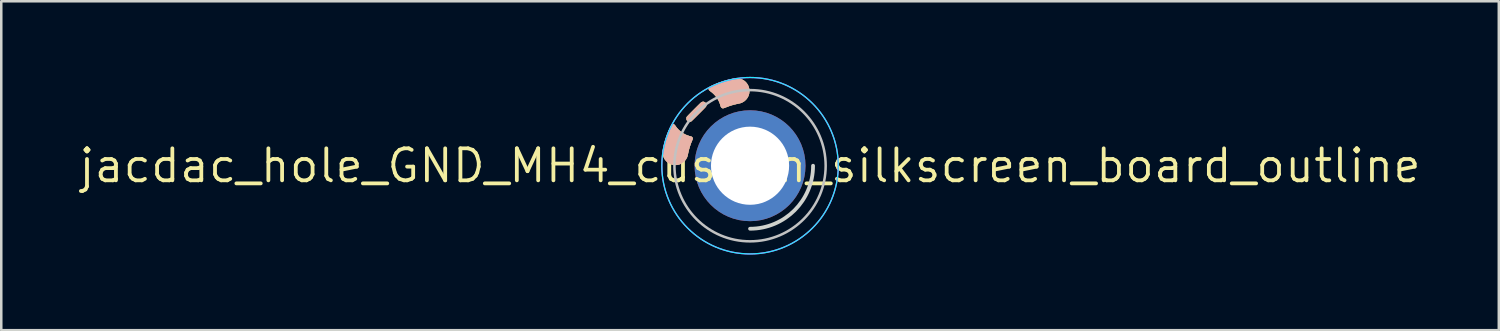
<source format=kicad_pcb>
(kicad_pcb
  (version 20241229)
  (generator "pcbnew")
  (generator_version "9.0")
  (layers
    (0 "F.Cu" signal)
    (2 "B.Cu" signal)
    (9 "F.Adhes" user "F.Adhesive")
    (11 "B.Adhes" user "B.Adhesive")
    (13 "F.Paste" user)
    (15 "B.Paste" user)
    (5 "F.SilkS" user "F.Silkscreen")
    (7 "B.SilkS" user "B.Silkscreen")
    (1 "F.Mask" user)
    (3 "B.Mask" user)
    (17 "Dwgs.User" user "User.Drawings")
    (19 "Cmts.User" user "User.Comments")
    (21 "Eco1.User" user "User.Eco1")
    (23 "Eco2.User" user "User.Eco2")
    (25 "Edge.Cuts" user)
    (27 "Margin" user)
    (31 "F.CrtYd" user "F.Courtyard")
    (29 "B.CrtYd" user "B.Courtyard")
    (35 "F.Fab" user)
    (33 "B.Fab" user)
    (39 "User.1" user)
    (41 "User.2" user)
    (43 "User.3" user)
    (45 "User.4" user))
  (footprint "jacdac_hole_GND_MH4_custom_silkscreen_board_outline"
    (layer "F.Cu")
    (at 26.708 3.525)
    (property "Reference" "jacdac_hole_GND_MH4_custom_silkscreen_board_outline" (at 0 0 0) (layer "F.SilkS") (effects (font (size 1.27 1.27) (thickness 0.15))))
    (attr through_hole exclude_from_bom)
    (fp_circle (center 0 0) (end 2.5 0) (stroke (width 0) (type solid)) (fill yes) (layer "F.Mask"))
    (fp_circle (center 0 0) (end 2.5 0) (stroke (width 0) (type solid)) (fill yes) (layer "B.Mask"))
    (fp_poly (pts (xy -1.1 -2.287) (xy -1.116 -2.294) (xy -1.129 -2.304) (xy -1.139 -2.313) (xy -1.146 -2.323) (xy -1.153 -2.335) (xy -1.159 -2.35) (xy -1.166 -2.37) (xy -1.174 -2.397) (xy -1.175 -2.398) (xy -1.192 -2.455) (xy -1.211 -2.506) (xy -1.233 -2.556) (xy -1.249 -2.589) (xy -1.292 -2.664) (xy -1.341 -2.736) (xy -1.397 -2.803) (xy -1.458 -2.865) (xy -1.524 -2.922) (xy -1.562 -2.95) (xy -1.59 -2.971) (xy -1.612 -2.992) (xy -1.627 -3.011) (xy -1.637 -3.031) (xy -1.641 -3.05) (xy -1.641 -3.056) (xy -1.639 -3.074) (xy -1.633 -3.091) (xy -1.621 -3.107) (xy -1.604 -3.122) (xy -1.58 -3.137) (xy -1.55 -3.154) (xy -1.549 -3.154) (xy -1.428 -3.211) (xy -1.3 -3.265) (xy -1.167 -3.314) (xy -1.031 -3.358) (xy -0.891 -3.398) (xy -0.749 -3.432) (xy -0.69 -3.444) (xy -0.631 -3.455) (xy -0.577 -3.462) (xy -0.53 -3.465) (xy -0.488 -3.465) (xy -0.454 -3.461) (xy -0.391 -3.446) (xy -0.331 -3.425) (xy -0.275 -3.397) (xy -0.224 -3.362) (xy -0.177 -3.322) (xy -0.136 -3.275) (xy -0.099 -3.223) (xy -0.094 -3.215) (xy -0.068 -3.162) (xy -0.048 -3.106) (xy -0.035 -3.047) (xy -0.029 -2.987) (xy -0.03 -2.927) (xy -0.038 -2.867) (xy -0.052 -2.809) (xy -0.054 -2.805) (xy -0.077 -2.749) (xy -0.106 -2.696) (xy -0.142 -2.647) (xy -0.184 -2.603) (xy -0.23 -2.563) (xy -0.281 -2.529) (xy -0.335 -2.502) (xy -0.357 -2.494) (xy -0.372 -2.489) (xy -0.392 -2.484) (xy -0.416 -2.477) (xy -0.443 -2.471) (xy -0.469 -2.466) (xy -0.47 -2.466) (xy -0.569 -2.444) (xy -0.663 -2.42) (xy -0.753 -2.394) (xy -0.84 -2.365) (xy -0.927 -2.332) (xy -0.975 -2.313) (xy -1.009 -2.299) (xy -1.038 -2.29) (xy -1.062 -2.285) (xy -1.083 -2.284) (xy -1.1 -2.287)) (stroke (width 0.01) (type solid)) (fill yes) (layer "F.SilkS"))
    (fp_poly (pts (xy -3.051 -0.037) (xy -3.109 -0.051) (xy -3.164 -0.071) (xy -3.216 -0.098) (xy -3.265 -0.13) (xy -3.309 -0.168) (xy -3.35 -0.212) (xy -3.385 -0.26) (xy -3.414 -0.313) (xy -3.438 -0.371) (xy -3.455 -0.432) (xy -3.456 -0.434) (xy -3.459 -0.452) (xy -3.461 -0.471) (xy -3.462 -0.494) (xy -3.462 -0.522) (xy -3.462 -0.533) (xy -3.462 -0.555) (xy -3.461 -0.576) (xy -3.459 -0.597) (xy -3.457 -0.62) (xy -3.453 -0.645) (xy -3.448 -0.673) (xy -3.441 -0.705) (xy -3.433 -0.743) (xy -3.423 -0.787) (xy -3.419 -0.805) (xy -3.39 -0.919) (xy -3.356 -1.035) (xy -3.318 -1.152) (xy -3.276 -1.268) (xy -3.23 -1.381) (xy -3.182 -1.49) (xy -3.147 -1.561) (xy -3.133 -1.589) (xy -3.12 -1.61) (xy -3.108 -1.625) (xy -3.096 -1.636) (xy -3.084 -1.644) (xy -3.082 -1.645) (xy -3.064 -1.651) (xy -3.047 -1.651) (xy -3.033 -1.647) (xy -3.013 -1.636) (xy -2.993 -1.618) (xy -2.972 -1.593) (xy -2.969 -1.588) (xy -2.915 -1.514) (xy -2.856 -1.447) (xy -2.792 -1.386) (xy -2.723 -1.33) (xy -2.65 -1.282) (xy -2.574 -1.24) (xy -2.517 -1.214) (xy -2.486 -1.202) (xy -2.454 -1.191) (xy -2.421 -1.18) (xy -2.383 -1.169) (xy -2.35 -1.16) (xy -2.332 -1.155) (xy -2.319 -1.149) (xy -2.308 -1.142) (xy -2.3 -1.135) (xy -2.286 -1.119) (xy -2.278 -1.103) (xy -2.276 -1.085) (xy -2.278 -1.063) (xy -2.286 -1.038) (xy -2.295 -1.016) (xy -2.344 -0.895) (xy -2.388 -0.771) (xy -2.425 -0.642) (xy -2.456 -0.508) (xy -2.463 -0.478) (xy -2.47 -0.443) (xy -2.476 -0.415) (xy -2.482 -0.391) (xy -2.488 -0.371) (xy -2.495 -0.352) (xy -2.502 -0.333) (xy -2.509 -0.32) (xy -2.537 -0.267) (xy -2.573 -0.218) (xy -2.613 -0.173) (xy -2.659 -0.133) (xy -2.709 -0.1) (xy -2.763 -0.072) (xy -2.819 -0.051) (xy -2.866 -0.039) (xy -2.929 -0.031) (xy -2.991 -0.031) (xy -3.051 -0.037)) (stroke (width 0.01) (type solid)) (fill yes) (layer "F.SilkS"))
    (fp_poly (pts (xy -2.416 -1.747) (xy -2.445 -1.755) (xy -2.472 -1.769) (xy -2.494 -1.789) (xy -2.51 -1.812) (xy -2.516 -1.823) (xy -2.52 -1.832) (xy -2.521 -1.843) (xy -2.522 -1.857) (xy -2.522 -1.871) (xy -2.522 -1.89) (xy -2.521 -1.904) (xy -2.518 -1.916) (xy -2.513 -1.927) (xy -2.513 -1.928) (xy -2.51 -1.933) (xy -2.505 -1.939) (xy -2.498 -1.948) (xy -2.488 -1.959) (xy -2.475 -1.972) (xy -2.459 -1.989) (xy -2.44 -2.01) (xy -2.416 -2.034) (xy -2.389 -2.062) (xy -2.357 -2.094) (xy -2.32 -2.131) (xy -2.278 -2.173) (xy -2.231 -2.22) (xy -2.221 -2.231) (xy -2.174 -2.278) (xy -2.133 -2.319) (xy -2.096 -2.356) (xy -2.064 -2.387) (xy -2.036 -2.415) (xy -2.012 -2.439) (xy -1.992 -2.458) (xy -1.975 -2.475) (xy -1.96 -2.488) (xy -1.949 -2.499) (xy -1.939 -2.507) (xy -1.932 -2.514) (xy -1.925 -2.518) (xy -1.92 -2.522) (xy -1.917 -2.523) (xy -1.891 -2.532) (xy -1.864 -2.536) (xy -1.838 -2.534) (xy -1.829 -2.532) (xy -1.799 -2.52) (xy -1.774 -2.502) (xy -1.755 -2.479) (xy -1.742 -2.453) (xy -1.735 -2.422) (xy -1.735 -2.401) (xy -1.736 -2.393) (xy -1.736 -2.387) (xy -1.737 -2.38) (xy -1.739 -2.373) (xy -1.742 -2.366) (xy -1.746 -2.358) (xy -1.752 -2.349) (xy -1.76 -2.339) (xy -1.77 -2.327) (xy -1.783 -2.312) (xy -1.799 -2.295) (xy -1.818 -2.275) (xy -1.841 -2.251) (xy -1.867 -2.225) (xy -1.898 -2.194) (xy -1.933 -2.158) (xy -1.973 -2.118) (xy -2.018 -2.073) (xy -2.045 -2.047) (xy -2.091 -2) (xy -2.133 -1.959) (xy -2.169 -1.923) (xy -2.201 -1.891) (xy -2.228 -1.864) (xy -2.252 -1.841) (xy -2.272 -1.821) (xy -2.289 -1.805) (xy -2.303 -1.791) (xy -2.315 -1.781) (xy -2.324 -1.772) (xy -2.332 -1.766) (xy -2.338 -1.761) (xy -2.343 -1.758) (xy -2.347 -1.756) (xy -2.351 -1.754) (xy -2.354 -1.753) (xy -2.385 -1.747) (xy -2.416 -1.747)) (stroke (width 0.01) (type solid)) (fill yes) (layer "F.SilkS"))
    (fp_poly (pts (xy -1.1 -2.285) (xy -1.116 -2.292) (xy -1.129 -2.302) (xy -1.138 -2.311) (xy -1.146 -2.321) (xy -1.153 -2.333) (xy -1.159 -2.348) (xy -1.166 -2.369) (xy -1.174 -2.395) (xy -1.174 -2.396) (xy -1.192 -2.453) (xy -1.211 -2.505) (xy -1.232 -2.554) (xy -1.249 -2.587) (xy -1.291 -2.662) (xy -1.341 -2.734) (xy -1.397 -2.801) (xy -1.458 -2.864) (xy -1.524 -2.92) (xy -1.561 -2.948) (xy -1.59 -2.97) (xy -1.612 -2.99) (xy -1.627 -3.01) (xy -1.636 -3.029) (xy -1.64 -3.049) (xy -1.64 -3.054) (xy -1.638 -3.073) (xy -1.632 -3.089) (xy -1.621 -3.105) (xy -1.603 -3.12) (xy -1.58 -3.136) (xy -1.549 -3.152) (xy -1.549 -3.152) (xy -1.427 -3.21) (xy -1.3 -3.263) (xy -1.167 -3.312) (xy -1.03 -3.357) (xy -0.89 -3.396) (xy -0.748 -3.43) (xy -0.69 -3.443) (xy -0.63 -3.454) (xy -0.577 -3.461) (xy -0.53 -3.464) (xy -0.488 -3.463) (xy -0.454 -3.459) (xy -0.391 -3.445) (xy -0.331 -3.423) (xy -0.275 -3.395) (xy -0.224 -3.361) (xy -0.177 -3.32) (xy -0.135 -3.274) (xy -0.099 -3.221) (xy -0.094 -3.213) (xy -0.068 -3.16) (xy -0.048 -3.104) (xy -0.035 -3.045) (xy -0.029 -2.985) (xy -0.03 -2.925) (xy -0.037 -2.865) (xy -0.052 -2.808) (xy -0.053 -2.804) (xy -0.076 -2.748) (xy -0.106 -2.695) (xy -0.142 -2.646) (xy -0.184 -2.601) (xy -0.23 -2.561) (xy -0.281 -2.528) (xy -0.335 -2.501) (xy -0.357 -2.492) (xy -0.371 -2.487) (xy -0.391 -2.482) (xy -0.416 -2.476) (xy -0.442 -2.47) (xy -0.469 -2.464) (xy -0.469 -2.464) (xy -0.569 -2.442) (xy -0.663 -2.419) (xy -0.753 -2.393) (xy -0.84 -2.363) (xy -0.927 -2.331) (xy -0.975 -2.311) (xy -1.009 -2.297) (xy -1.038 -2.288) (xy -1.062 -2.283) (xy -1.082 -2.282) (xy -1.1 -2.285)) (stroke (width 0.01) (type solid)) (fill yes) (layer "B.SilkS"))
    (fp_poly (pts (xy -3.05 -0.036) (xy -3.108 -0.049) (xy -3.164 -0.07) (xy -3.216 -0.096) (xy -3.264 -0.129) (xy -3.309 -0.167) (xy -3.349 -0.21) (xy -3.384 -0.259) (xy -3.414 -0.312) (xy -3.438 -0.369) (xy -3.455 -0.431) (xy -3.455 -0.432) (xy -3.458 -0.45) (xy -3.46 -0.469) (xy -3.462 -0.492) (xy -3.462 -0.52) (xy -3.462 -0.532) (xy -3.462 -0.553) (xy -3.461 -0.574) (xy -3.459 -0.596) (xy -3.456 -0.618) (xy -3.452 -0.643) (xy -3.447 -0.671) (xy -3.441 -0.703) (xy -3.432 -0.741) (xy -3.423 -0.785) (xy -3.418 -0.804) (xy -3.39 -0.917) (xy -3.356 -1.033) (xy -3.318 -1.15) (xy -3.275 -1.266) (xy -3.23 -1.38) (xy -3.181 -1.488) (xy -3.147 -1.56) (xy -3.132 -1.587) (xy -3.12 -1.608) (xy -3.108 -1.624) (xy -3.096 -1.635) (xy -3.083 -1.643) (xy -3.081 -1.643) (xy -3.063 -1.649) (xy -3.047 -1.649) (xy -3.032 -1.645) (xy -3.013 -1.635) (xy -2.992 -1.616) (xy -2.972 -1.591) (xy -2.969 -1.586) (xy -2.915 -1.513) (xy -2.855 -1.445) (xy -2.791 -1.384) (xy -2.723 -1.329) (xy -2.65 -1.28) (xy -2.573 -1.238) (xy -2.517 -1.212) (xy -2.485 -1.2) (xy -2.454 -1.189) (xy -2.42 -1.178) (xy -2.383 -1.167) (xy -2.35 -1.158) (xy -2.331 -1.153) (xy -2.318 -1.148) (xy -2.308 -1.141) (xy -2.299 -1.133) (xy -2.286 -1.118) (xy -2.278 -1.101) (xy -2.275 -1.083) (xy -2.278 -1.062) (xy -2.285 -1.036) (xy -2.295 -1.014) (xy -2.344 -0.893) (xy -2.387 -0.769) (xy -2.425 -0.64) (xy -2.456 -0.507) (xy -2.462 -0.476) (xy -2.469 -0.442) (xy -2.476 -0.413) (xy -2.482 -0.39) (xy -2.488 -0.369) (xy -2.494 -0.35) (xy -2.502 -0.332) (xy -2.508 -0.318) (xy -2.537 -0.265) (xy -2.572 -0.216) (xy -2.613 -0.171) (xy -2.659 -0.132) (xy -2.709 -0.098) (xy -2.762 -0.07) (xy -2.819 -0.049) (xy -2.866 -0.038) (xy -2.929 -0.03) (xy -2.99 -0.029) (xy -3.05 -0.036)) (stroke (width 0.01) (type solid)) (fill yes) (layer "B.SilkS"))
    (fp_poly (pts (xy -2.416 -1.746) (xy -2.445 -1.753) (xy -2.471 -1.767) (xy -2.494 -1.787) (xy -2.51 -1.81) (xy -2.516 -1.821) (xy -2.519 -1.831) (xy -2.521 -1.841) (xy -2.522 -1.856) (xy -2.522 -1.869) (xy -2.521 -1.889) (xy -2.52 -1.903) (xy -2.517 -1.914) (xy -2.513 -1.925) (xy -2.512 -1.927) (xy -2.51 -1.931) (xy -2.505 -1.937) (xy -2.498 -1.946) (xy -2.488 -1.957) (xy -2.475 -1.971) (xy -2.459 -1.988) (xy -2.439 -2.008) (xy -2.416 -2.032) (xy -2.388 -2.06) (xy -2.356 -2.093) (xy -2.32 -2.13) (xy -2.278 -2.172) (xy -2.231 -2.219) (xy -2.221 -2.229) (xy -2.174 -2.276) (xy -2.132 -2.317) (xy -2.096 -2.354) (xy -2.064 -2.386) (xy -2.036 -2.413) (xy -2.012 -2.437) (xy -1.992 -2.457) (xy -1.974 -2.473) (xy -1.96 -2.487) (xy -1.948 -2.497) (xy -1.939 -2.506) (xy -1.931 -2.512) (xy -1.925 -2.517) (xy -1.92 -2.52) (xy -1.916 -2.522) (xy -1.891 -2.53) (xy -1.864 -2.534) (xy -1.838 -2.533) (xy -1.829 -2.531) (xy -1.799 -2.518) (xy -1.774 -2.501) (xy -1.755 -2.478) (xy -1.741 -2.451) (xy -1.735 -2.421) (xy -1.735 -2.399) (xy -1.735 -2.392) (xy -1.736 -2.385) (xy -1.737 -2.378) (xy -1.739 -2.372) (xy -1.741 -2.365) (xy -1.746 -2.357) (xy -1.752 -2.348) (xy -1.76 -2.337) (xy -1.77 -2.325) (xy -1.783 -2.31) (xy -1.799 -2.293) (xy -1.818 -2.273) (xy -1.84 -2.25) (xy -1.867 -2.223) (xy -1.898 -2.192) (xy -1.933 -2.157) (xy -1.973 -2.117) (xy -2.018 -2.071) (xy -2.044 -2.045) (xy -2.091 -1.999) (xy -2.132 -1.958) (xy -2.169 -1.921) (xy -2.2 -1.89) (xy -2.228 -1.863) (xy -2.252 -1.839) (xy -2.272 -1.82) (xy -2.289 -1.803) (xy -2.303 -1.79) (xy -2.315 -1.779) (xy -2.324 -1.771) (xy -2.332 -1.764) (xy -2.338 -1.76) (xy -2.343 -1.756) (xy -2.347 -1.754) (xy -2.351 -1.752) (xy -2.353 -1.752) (xy -2.385 -1.745) (xy -2.416 -1.746)) (stroke (width 0.01) (type solid)) (fill yes) (layer "B.SilkS"))
    (fp_circle (center 0 0) (end 0 -3) (stroke (width 0.1) (type default)) (fill no) (layer "Dwgs.User"))
    (fp_arc (start 2.5 0) (mid 1.767767 1.767767) (end 0 2.5) (stroke (width 0.15) (type default)) (layer "Edge.Cuts"))
    (fp_circle (center 0 0) (end 3.5 0) (stroke (width 0.05) (type default)) (fill no) (layer "B.CrtYd"))
    (fp_circle (center 0 0) (end 3.5 0) (stroke (width 0.05) (type default)) (fill no) (layer "F.CrtYd"))
    (pad "MH4" thru_hole circle (at 0 0 90) (size 4.4 4.4) (drill 3.1) (layers "*.Cu"))
    (zone (net_name "") (layers "F.Cu" "B.Cu") (hatch edge 0.508) (connect_pads) (min_thickness 0.254) (filled_areas_thickness no) (keepout (tracks allowed) (vias allowed) (pads allowed) (copperpour not_allowed) (footprints allowed)) (placement (enabled no)) (fill) (polygon (pts (xy 26.708 0.52) (xy 26.359 0.54) (xy 26.015 0.601) (xy 25.68 0.701) (xy 25.359 0.84) (xy 25.056 1.014) (xy 24.776 1.223) (xy 24.522 1.463) (xy 24.297 1.73) (xy 24.105 2.022) (xy 23.948 2.335) (xy 23.829 2.663) (xy 23.748 3.003) (xy 23.708 3.35) (xy 23.708 3.7) (xy 23.748 4.047) (xy 23.829 4.387) (xy 23.948 4.715) (xy 24.105 5.028) (xy 24.297 5.32) (xy 24.522 5.587) (xy 24.776 5.827) (xy 25.056 6.036) (xy 25.359 6.21) (xy 25.68 6.349) (xy 26.015 6.449) (xy 26.359 6.51) (xy 26.708 6.53) (xy 27.056 6.51) (xy 27.401 6.449) (xy 27.735 6.349) (xy 28.056 6.21) (xy 28.359 6.036) (xy 28.639 5.827) (xy 28.893 5.587) (xy 29.118 5.32) (xy 29.31 5.028) (xy 29.467 4.715) (xy 29.586 4.387) (xy 29.667 4.047) (xy 29.708 3.7) (xy 29.708 3.35) (xy 29.667 3.003) (xy 29.586 2.663) (xy 29.467 2.335) (xy 29.31 2.022) (xy 29.118 1.73) (xy 28.893 1.463) (xy 28.639 1.223) (xy 28.359 1.014) (xy 28.056 0.84) (xy 27.735 0.701) (xy 27.401 0.601) (xy 27.056 0.54)))))
  (gr_rect
    (start -3 -3)
    (end 56.415 10.05)
    (stroke (width 0.1) (type default))
    (fill no)
    (layer "Edge.Cuts")))
</source>
